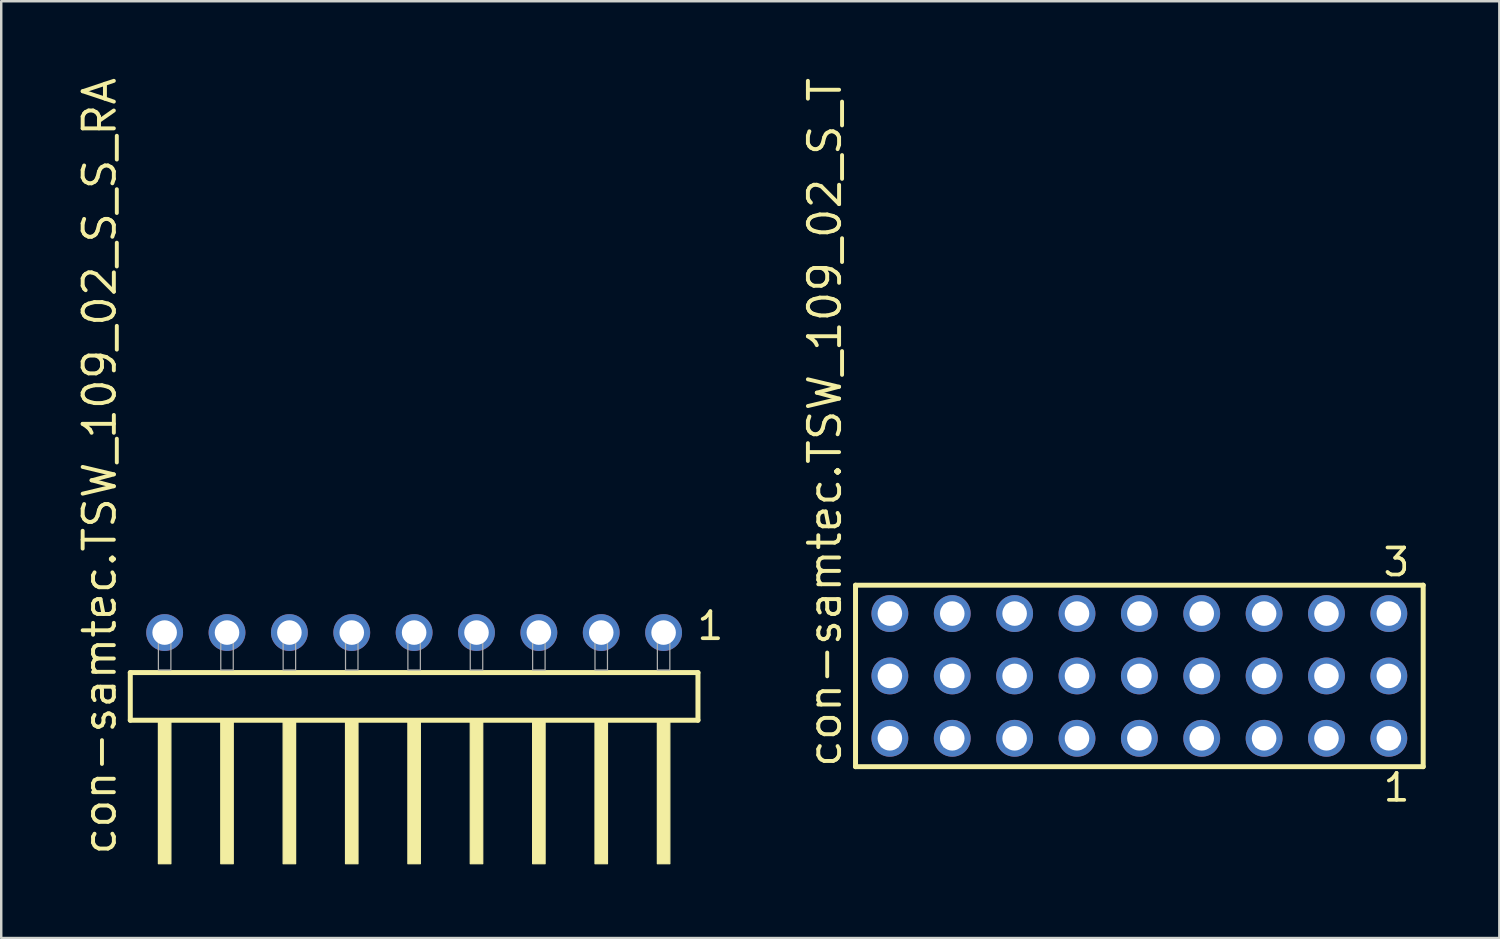
<source format=kicad_pcb>
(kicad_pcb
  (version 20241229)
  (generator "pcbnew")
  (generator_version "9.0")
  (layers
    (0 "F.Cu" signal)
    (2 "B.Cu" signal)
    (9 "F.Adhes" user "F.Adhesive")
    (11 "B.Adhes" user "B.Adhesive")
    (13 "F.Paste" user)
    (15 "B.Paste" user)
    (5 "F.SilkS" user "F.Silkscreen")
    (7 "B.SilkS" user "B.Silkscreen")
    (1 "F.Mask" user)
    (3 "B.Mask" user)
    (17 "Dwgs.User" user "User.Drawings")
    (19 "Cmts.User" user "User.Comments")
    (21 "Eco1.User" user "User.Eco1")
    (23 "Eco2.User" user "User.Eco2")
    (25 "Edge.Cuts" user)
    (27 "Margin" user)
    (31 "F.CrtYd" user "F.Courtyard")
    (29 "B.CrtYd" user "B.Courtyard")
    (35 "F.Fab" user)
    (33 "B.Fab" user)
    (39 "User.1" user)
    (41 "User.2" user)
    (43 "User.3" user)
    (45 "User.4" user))
  (footprint "con-samtec.TSW_109_02_S_S_RA"
    (layer "F.Cu")
    (at 13.815 24.235)
    (property "Reference" "con-samtec.TSW_109_02_S_S_RA" (at -12.065 7.62 90) (layer "F.SilkS") (effects (font (size 1.27 1.27) (thickness 0.16)) (justify left bottom)))
    (attr through_hole)
    (fp_line (start -11.559 0.106) (end -11.559 2.046) (stroke (width 0.203) (type default)) (layer "F.SilkS"))
    (fp_line (start -11.559 2.046) (end 11.559 2.046) (stroke (width 0.203) (type default)) (layer "F.SilkS"))
    (fp_line (start 11.559 0.106) (end -11.559 0.106) (stroke (width 0.203) (type default)) (layer "F.SilkS"))
    (fp_line (start 11.559 2.046) (end 11.559 0.106) (stroke (width 0.203) (type default)) (layer "F.SilkS"))
    (fp_rect (start -10.414 7.89) (end -9.906 2.04) (stroke (width 0.05) (type default)) (fill yes) (layer "F.SilkS"))
    (fp_rect (start -7.874 7.89) (end -7.366 2.04) (stroke (width 0.05) (type default)) (fill yes) (layer "F.SilkS"))
    (fp_rect (start -5.334 7.89) (end -4.826 2.04) (stroke (width 0.05) (type default)) (fill yes) (layer "F.SilkS"))
    (fp_rect (start -2.794 7.89) (end -2.286 2.04) (stroke (width 0.05) (type default)) (fill yes) (layer "F.SilkS"))
    (fp_rect (start -0.254 7.89) (end 0.254 2.04) (stroke (width 0.05) (type default)) (fill yes) (layer "F.SilkS"))
    (fp_rect (start 2.286 7.89) (end 2.794 2.04) (stroke (width 0.05) (type default)) (fill yes) (layer "F.SilkS"))
    (fp_rect (start 4.826 7.89) (end 5.334 2.04) (stroke (width 0.05) (type default)) (fill yes) (layer "F.SilkS"))
    (fp_rect (start 7.366 7.89) (end 7.874 2.04) (stroke (width 0.05) (type default)) (fill yes) (layer "F.SilkS"))
    (fp_rect (start 9.906 7.89) (end 10.414 2.04) (stroke (width 0.05) (type default)) (fill yes) (layer "F.SilkS"))
    (fp_rect (start -10.414 0) (end -9.906 -1.778) (stroke (width 0.05) (type default)) (fill no) (layer "F.Fab"))
    (fp_rect (start -7.874 0) (end -7.366 -1.778) (stroke (width 0.05) (type default)) (fill no) (layer "F.Fab"))
    (fp_rect (start -5.334 0) (end -4.826 -1.778) (stroke (width 0.05) (type default)) (fill no) (layer "F.Fab"))
    (fp_rect (start -2.794 0) (end -2.286 -1.778) (stroke (width 0.05) (type default)) (fill no) (layer "F.Fab"))
    (fp_rect (start -0.254 0) (end 0.254 -1.778) (stroke (width 0.05) (type default)) (fill no) (layer "F.Fab"))
    (fp_rect (start 2.286 0) (end 2.794 -1.778) (stroke (width 0.05) (type default)) (fill no) (layer "F.Fab"))
    (fp_rect (start 4.826 0) (end 5.334 -1.778) (stroke (width 0.05) (type default)) (fill no) (layer "F.Fab"))
    (fp_rect (start 7.366 0) (end 7.874 -1.778) (stroke (width 0.05) (type default)) (fill no) (layer "F.Fab"))
    (fp_rect (start 9.906 0) (end 10.414 -1.778) (stroke (width 0.05) (type default)) (fill no) (layer "F.Fab"))
    (fp_text user "1" (at 11.442 -1.152 0) (layer "F.SilkS") (effects (font (size 1.1 1.1) (thickness 0.15)) (justify left bottom)))
    (pad "1" thru_hole circle (at 10.16 -1.524 180) (size 1.5 1.5) (drill 1) (layers "*.Cu" "*.Mask"))
    (pad "2" thru_hole circle (at 7.62 -1.524 180) (size 1.5 1.5) (drill 1) (layers "*.Cu" "*.Mask"))
    (pad "3" thru_hole circle (at 5.08 -1.524 180) (size 1.5 1.5) (drill 1) (layers "*.Cu" "*.Mask"))
    (pad "4" thru_hole circle (at 2.54 -1.524 180) (size 1.5 1.5) (drill 1) (layers "*.Cu" "*.Mask"))
    (pad "5" thru_hole circle (at 0 -1.524 180) (size 1.5 1.5) (drill 1) (layers "*.Cu" "*.Mask"))
    (pad "6" thru_hole circle (at -2.54 -1.524 180) (size 1.5 1.5) (drill 1) (layers "*.Cu" "*.Mask"))
    (pad "7" thru_hole circle (at -5.08 -1.524 180) (size 1.5 1.5) (drill 1) (layers "*.Cu" "*.Mask"))
    (pad "8" thru_hole circle (at -7.62 -1.524 180) (size 1.5 1.5) (drill 1) (layers "*.Cu" "*.Mask"))
    (pad "9" thru_hole circle (at -10.16 -1.524 180) (size 1.5 1.5) (drill 1) (layers "*.Cu" "*.Mask")))
  (footprint "con-samtec.TSW_109_02_S_T"
    (layer "F.Cu")
    (at 43.35 24.477)
    (property "Reference" "con-samtec.TSW_109_02_S_T" (at -12.065 3.81 90) (layer "F.SilkS") (effects (font (size 1.27 1.27) (thickness 0.16)) (justify left bottom)))
    (attr through_hole)
    (fp_line (start -11.559 -3.695) (end 11.559 -3.695) (stroke (width 0.203) (type default)) (layer "F.SilkS"))
    (fp_line (start -11.559 3.695) (end -11.559 -3.695) (stroke (width 0.203) (type default)) (layer "F.SilkS"))
    (fp_line (start 11.559 -3.695) (end 11.559 3.695) (stroke (width 0.203) (type default)) (layer "F.SilkS"))
    (fp_line (start 11.559 3.695) (end -11.559 3.695) (stroke (width 0.203) (type default)) (layer "F.SilkS"))
    (fp_rect (start -10.51 -2.19) (end -9.81 -2.89) (stroke (width 0.05) (type default)) (fill no) (layer "F.Fab"))
    (fp_rect (start -10.51 0.35) (end -9.81 -0.35) (stroke (width 0.05) (type default)) (fill no) (layer "F.Fab"))
    (fp_rect (start -10.51 2.89) (end -9.81 2.19) (stroke (width 0.05) (type default)) (fill no) (layer "F.Fab"))
    (fp_rect (start -7.97 -2.19) (end -7.27 -2.89) (stroke (width 0.05) (type default)) (fill no) (layer "F.Fab"))
    (fp_rect (start -7.97 0.35) (end -7.27 -0.35) (stroke (width 0.05) (type default)) (fill no) (layer "F.Fab"))
    (fp_rect (start -7.97 2.89) (end -7.27 2.19) (stroke (width 0.05) (type default)) (fill no) (layer "F.Fab"))
    (fp_rect (start -5.43 -2.19) (end -4.73 -2.89) (stroke (width 0.05) (type default)) (fill no) (layer "F.Fab"))
    (fp_rect (start -5.43 0.35) (end -4.73 -0.35) (stroke (width 0.05) (type default)) (fill no) (layer "F.Fab"))
    (fp_rect (start -5.43 2.89) (end -4.73 2.19) (stroke (width 0.05) (type default)) (fill no) (layer "F.Fab"))
    (fp_rect (start -2.89 -2.19) (end -2.19 -2.89) (stroke (width 0.05) (type default)) (fill no) (layer "F.Fab"))
    (fp_rect (start -2.89 0.35) (end -2.19 -0.35) (stroke (width 0.05) (type default)) (fill no) (layer "F.Fab"))
    (fp_rect (start -2.89 2.89) (end -2.19 2.19) (stroke (width 0.05) (type default)) (fill no) (layer "F.Fab"))
    (fp_rect (start -0.35 -2.19) (end 0.35 -2.89) (stroke (width 0.05) (type default)) (fill no) (layer "F.Fab"))
    (fp_rect (start -0.35 0.35) (end 0.35 -0.35) (stroke (width 0.05) (type default)) (fill no) (layer "F.Fab"))
    (fp_rect (start -0.35 2.89) (end 0.35 2.19) (stroke (width 0.05) (type default)) (fill no) (layer "F.Fab"))
    (fp_rect (start 2.19 -2.19) (end 2.89 -2.89) (stroke (width 0.05) (type default)) (fill no) (layer "F.Fab"))
    (fp_rect (start 2.19 0.35) (end 2.89 -0.35) (stroke (width 0.05) (type default)) (fill no) (layer "F.Fab"))
    (fp_rect (start 2.19 2.89) (end 2.89 2.19) (stroke (width 0.05) (type default)) (fill no) (layer "F.Fab"))
    (fp_rect (start 4.73 -2.19) (end 5.43 -2.89) (stroke (width 0.05) (type default)) (fill no) (layer "F.Fab"))
    (fp_rect (start 4.73 0.35) (end 5.43 -0.35) (stroke (width 0.05) (type default)) (fill no) (layer "F.Fab"))
    (fp_rect (start 4.73 2.89) (end 5.43 2.19) (stroke (width 0.05) (type default)) (fill no) (layer "F.Fab"))
    (fp_rect (start 7.27 -2.19) (end 7.97 -2.89) (stroke (width 0.05) (type default)) (fill no) (layer "F.Fab"))
    (fp_rect (start 7.27 0.35) (end 7.97 -0.35) (stroke (width 0.05) (type default)) (fill no) (layer "F.Fab"))
    (fp_rect (start 7.27 2.89) (end 7.97 2.19) (stroke (width 0.05) (type default)) (fill no) (layer "F.Fab"))
    (fp_rect (start 9.81 -2.19) (end 10.51 -2.89) (stroke (width 0.05) (type default)) (fill no) (layer "F.Fab"))
    (fp_rect (start 9.81 0.35) (end 10.51 -0.35) (stroke (width 0.05) (type default)) (fill no) (layer "F.Fab"))
    (fp_rect (start 9.81 2.89) (end 10.51 2.19) (stroke (width 0.05) (type default)) (fill no) (layer "F.Fab"))
    (fp_text user "1" (at 9.852 5.188 0) (layer "F.SilkS") (effects (font (size 1.1 1.1) (thickness 0.15)) (justify left bottom)))
    (fp_text user "3" (at 9.848 -3.989 0) (layer "F.SilkS") (effects (font (size 1.1 1.1) (thickness 0.15)) (justify left bottom)))
    (pad "1" thru_hole circle (at 10.16 2.54 180) (size 1.5 1.5) (drill 1) (layers "*.Cu" "*.Mask"))
    (pad "2" thru_hole circle (at 10.16 0 180) (size 1.5 1.5) (drill 1) (layers "*.Cu" "*.Mask"))
    (pad "3" thru_hole circle (at 10.16 -2.54 180) (size 1.5 1.5) (drill 1) (layers "*.Cu" "*.Mask"))
    (pad "4" thru_hole circle (at 7.62 2.54 180) (size 1.5 1.5) (drill 1) (layers "*.Cu" "*.Mask"))
    (pad "5" thru_hole circle (at 7.62 0 180) (size 1.5 1.5) (drill 1) (layers "*.Cu" "*.Mask"))
    (pad "6" thru_hole circle (at 7.62 -2.54 180) (size 1.5 1.5) (drill 1) (layers "*.Cu" "*.Mask"))
    (pad "7" thru_hole circle (at 5.08 2.54 180) (size 1.5 1.5) (drill 1) (layers "*.Cu" "*.Mask"))
    (pad "8" thru_hole circle (at 5.08 0 180) (size 1.5 1.5) (drill 1) (layers "*.Cu" "*.Mask"))
    (pad "9" thru_hole circle (at 5.08 -2.54 180) (size 1.5 1.5) (drill 1) (layers "*.Cu" "*.Mask"))
    (pad "10" thru_hole circle (at 2.54 2.54 180) (size 1.5 1.5) (drill 1) (layers "*.Cu" "*.Mask"))
    (pad "11" thru_hole circle (at 2.54 0 180) (size 1.5 1.5) (drill 1) (layers "*.Cu" "*.Mask"))
    (pad "12" thru_hole circle (at 2.54 -2.54 180) (size 1.5 1.5) (drill 1) (layers "*.Cu" "*.Mask"))
    (pad "13" thru_hole circle (at 0 2.54 180) (size 1.5 1.5) (drill 1) (layers "*.Cu" "*.Mask"))
    (pad "14" thru_hole circle (at 0 0 180) (size 1.5 1.5) (drill 1) (layers "*.Cu" "*.Mask"))
    (pad "15" thru_hole circle (at 0 -2.54 180) (size 1.5 1.5) (drill 1) (layers "*.Cu" "*.Mask"))
    (pad "16" thru_hole circle (at -2.54 2.54 180) (size 1.5 1.5) (drill 1) (layers "*.Cu" "*.Mask"))
    (pad "17" thru_hole circle (at -2.54 0 180) (size 1.5 1.5) (drill 1) (layers "*.Cu" "*.Mask"))
    (pad "18" thru_hole circle (at -2.54 -2.54 180) (size 1.5 1.5) (drill 1) (layers "*.Cu" "*.Mask"))
    (pad "19" thru_hole circle (at -5.08 2.54 180) (size 1.5 1.5) (drill 1) (layers "*.Cu" "*.Mask"))
    (pad "20" thru_hole circle (at -5.08 0 180) (size 1.5 1.5) (drill 1) (layers "*.Cu" "*.Mask"))
    (pad "21" thru_hole circle (at -5.08 -2.54 180) (size 1.5 1.5) (drill 1) (layers "*.Cu" "*.Mask"))
    (pad "22" thru_hole circle (at -7.62 2.54 180) (size 1.5 1.5) (drill 1) (layers "*.Cu" "*.Mask"))
    (pad "23" thru_hole circle (at -7.62 0 180) (size 1.5 1.5) (drill 1) (layers "*.Cu" "*.Mask"))
    (pad "24" thru_hole circle (at -7.62 -2.54 180) (size 1.5 1.5) (drill 1) (layers "*.Cu" "*.Mask"))
    (pad "25" thru_hole circle (at -10.16 2.54 180) (size 1.5 1.5) (drill 1) (layers "*.Cu" "*.Mask"))
    (pad "26" thru_hole circle (at -10.16 0 180) (size 1.5 1.5) (drill 1) (layers "*.Cu" "*.Mask"))
    (pad "27" thru_hole circle (at -10.16 -2.54 180) (size 1.5 1.5) (drill 1) (layers "*.Cu" "*.Mask")))
  (gr_rect
    (start -3 -3)
    (end 58.01 35.15)
    (stroke (width 0.1) (type default))
    (fill no)
    (layer "Edge.Cuts")))
</source>
